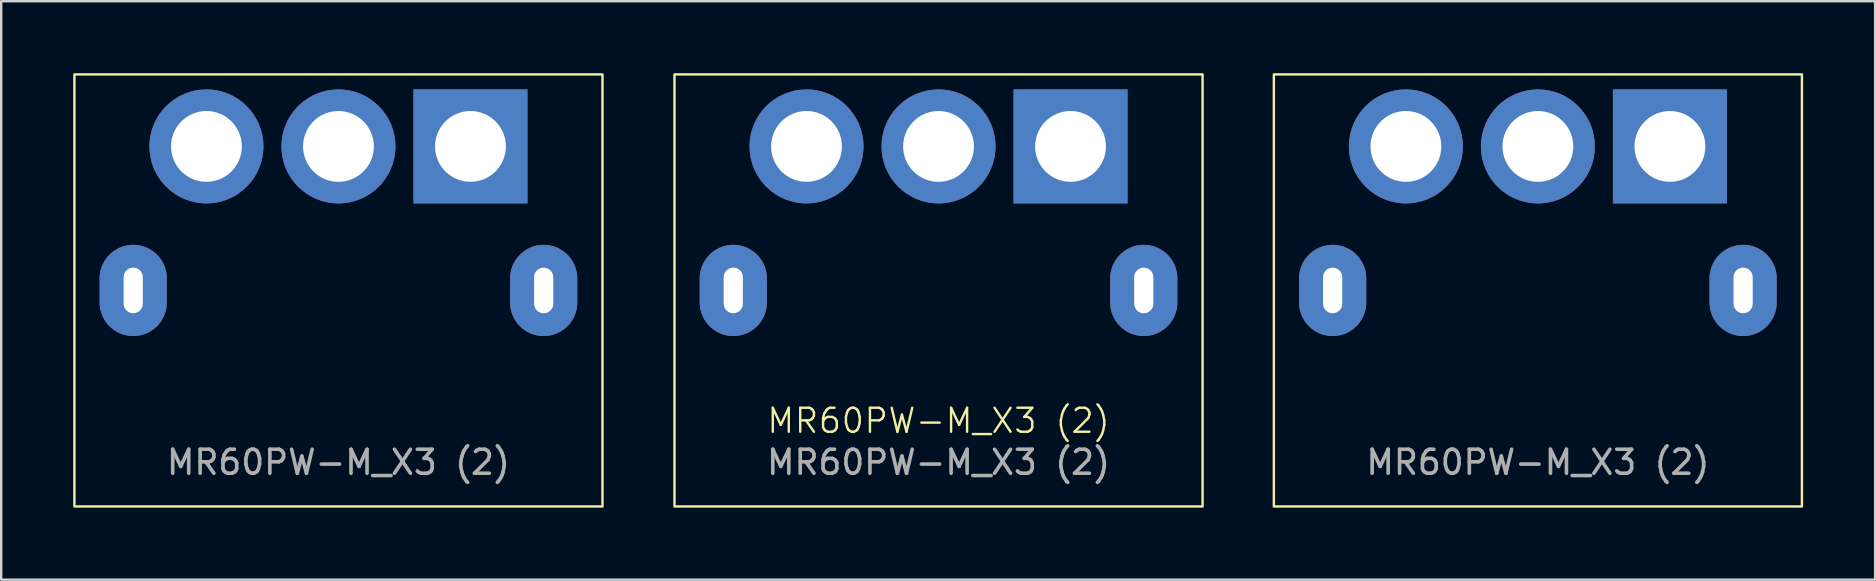
<source format=kicad_pcb>
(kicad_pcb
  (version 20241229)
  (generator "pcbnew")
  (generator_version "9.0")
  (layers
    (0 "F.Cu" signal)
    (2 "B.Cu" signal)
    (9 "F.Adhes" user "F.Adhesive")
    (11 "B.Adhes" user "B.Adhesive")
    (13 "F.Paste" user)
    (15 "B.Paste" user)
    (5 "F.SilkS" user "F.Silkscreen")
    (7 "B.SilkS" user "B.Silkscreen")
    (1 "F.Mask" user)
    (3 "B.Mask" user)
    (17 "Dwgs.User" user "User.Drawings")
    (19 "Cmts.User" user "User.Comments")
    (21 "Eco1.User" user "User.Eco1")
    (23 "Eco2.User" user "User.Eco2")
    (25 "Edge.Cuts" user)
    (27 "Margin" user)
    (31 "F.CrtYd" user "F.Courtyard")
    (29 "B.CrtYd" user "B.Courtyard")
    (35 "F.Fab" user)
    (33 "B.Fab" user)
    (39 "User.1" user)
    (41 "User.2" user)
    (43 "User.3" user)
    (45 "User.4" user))
  (footprint "MR60PW-M_X3 (2)"
    (layer "F.Cu")
    (at 36.05 3.05)
    (property "Reference" "MR60PW-M_X3 (2)" (at 0 11.43 0) (unlocked yes) (layer "F.SilkS") (effects (font (size 1 1) (thickness 0.1))))
    (attr through_hole)
    (fp_rect (start -36 -3) (end -14 15) (stroke (width 0.1) (type default)) (fill no) (layer "F.SilkS"))
    (fp_rect (start -11 -3) (end 11 15) (stroke (width 0.1) (type default)) (fill no) (layer "F.SilkS"))
    (fp_rect (start 13.97 -3) (end 35.97 15) (stroke (width 0.1) (type default)) (fill no) (layer "F.SilkS"))
    (fp_text user "${REFERENCE}" (at 24.97 13.16 0) (unlocked yes) (layer "F.Fab") (effects (font (size 1 1) (thickness 0.15))))
    (fp_text user "${REFERENCE}" (at -25 13.16 0) (unlocked yes) (layer "F.Fab") (effects (font (size 1 1) (thickness 0.15))))
    (fp_text user "${REFERENCE}" (at 0 13.16 0) (unlocked yes) (layer "F.Fab") (effects (font (size 1 1) (thickness 0.15))))
    (pad "" thru_hole oval (at -33.55 6) (size 2.8 3.8) (drill oval 0.8 1.9) (layers "*.Cu" "*.Mask"))
    (pad "" thru_hole oval (at -16.45 6) (size 2.8 3.8) (drill oval 0.8 1.9) (layers "*.Cu" "*.Mask"))
    (pad "" thru_hole oval (at -8.55 6) (size 2.8 3.8) (drill oval 0.8 1.9) (layers "*.Cu" "*.Mask"))
    (pad "" thru_hole oval (at 8.55 6) (size 2.8 3.8) (drill oval 0.8 1.9) (layers "*.Cu" "*.Mask"))
    (pad "" thru_hole oval (at 16.42 6) (size 2.8 3.8) (drill oval 0.8 1.9) (layers "*.Cu" "*.Mask"))
    (pad "" thru_hole oval (at 33.52 6) (size 2.8 3.8) (drill oval 0.8 1.9) (layers "*.Cu" "*.Mask"))
    (pad "1" thru_hole circle (at -30.5 0) (size 4.75 4.75) (drill 2.95) (layers "*.Cu" "*.Mask"))
    (pad "2" thru_hole circle (at -25 0) (size 4.75 4.75) (drill 2.95) (layers "*.Cu" "*.Mask"))
    (pad "3" thru_hole rect (at -19.5 0) (size 4.75 4.75) (drill 2.95) (layers "*.Cu" "*.Mask"))
    (pad "4" thru_hole circle (at -5.5 0) (size 4.75 4.75) (drill 2.95) (layers "*.Cu" "*.Mask"))
    (pad "5" thru_hole circle (at 0 0) (size 4.75 4.75) (drill 2.95) (layers "*.Cu" "*.Mask"))
    (pad "6" thru_hole rect (at 5.5 0) (size 4.75 4.75) (drill 2.95) (layers "*.Cu" "*.Mask"))
    (pad "7" thru_hole circle (at 19.47 0) (size 4.75 4.75) (drill 2.95) (layers "*.Cu" "*.Mask"))
    (pad "8" thru_hole circle (at 24.97 0) (size 4.75 4.75) (drill 2.95) (layers "*.Cu" "*.Mask"))
    (pad "9" thru_hole rect (at 30.47 0) (size 4.75 4.75) (drill 2.95) (layers "*.Cu" "*.Mask")))
  (gr_rect
    (start -3 -3)
    (end 75.07 21.1)
    (stroke (width 0.1) (type default))
    (fill no)
    (layer "Edge.Cuts")))
</source>
